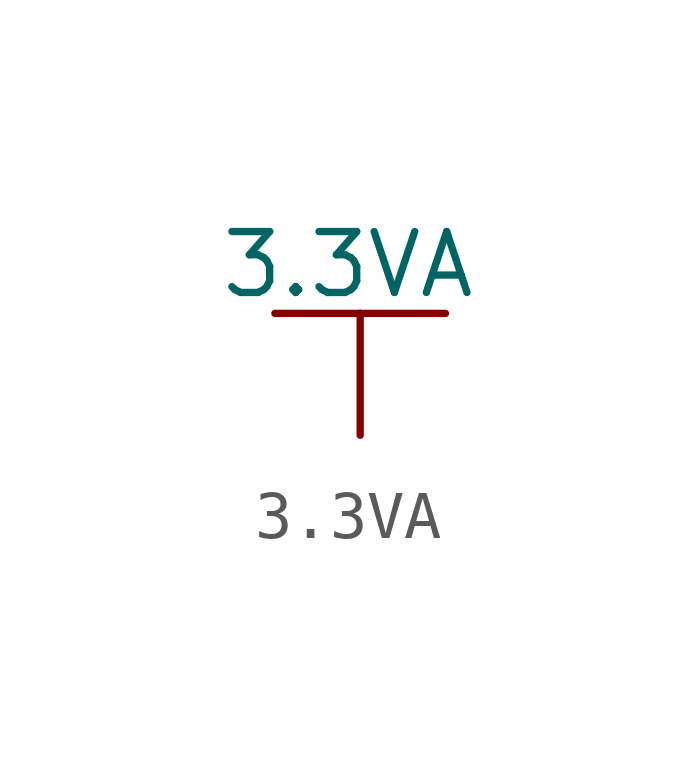
<source format=kicad_sym>
(kicad_symbol_lib
  (version 20220914)
  (generator kicad_symbol_editor)
  (symbol "3.3VA"
    (power)
    (pin_numbers hide)
    (pin_names
      (offset 0) hide)
    (property "Reference" "#PWR"
      (at 0 -3.81 0)
      (effects (font (size 1.27 1.27)) hide))
    (property "Value" "3.3VA"
      (at -0.254 3.556 0)
      (effects (font (size 1.27 1.27))))
    (property "Footprint" ""
      (at 0 0 0)
      (effects (font (size 1.524 1.524))))
    (property "Datasheet" ""
      (at 0 0 0)
      (effects (font (size 1.524 1.524))))
    (symbol "3.3VA_0_1"
      (polyline (pts (xy -1.778 2.54) (xy 0 2.54)) (stroke (width 0) (type default)) (fill (type none)))
      (polyline (pts (xy 0 0) (xy 0 2.54)) (stroke (width 0) (type default)) (fill (type none)))
      (polyline (pts (xy 0 2.54) (xy 1.778 2.54)) (stroke (width 0) (type default)) (fill (type none))))
    (symbol "3.3VA_1_1"
      (pin power_in line (at 0 0 90) (length 0) hide (name "3.3VA" (effects (font (size 1.27 1.27)))) (number "1" (effects (font (size 1.27 1.27))))))))
</source>
